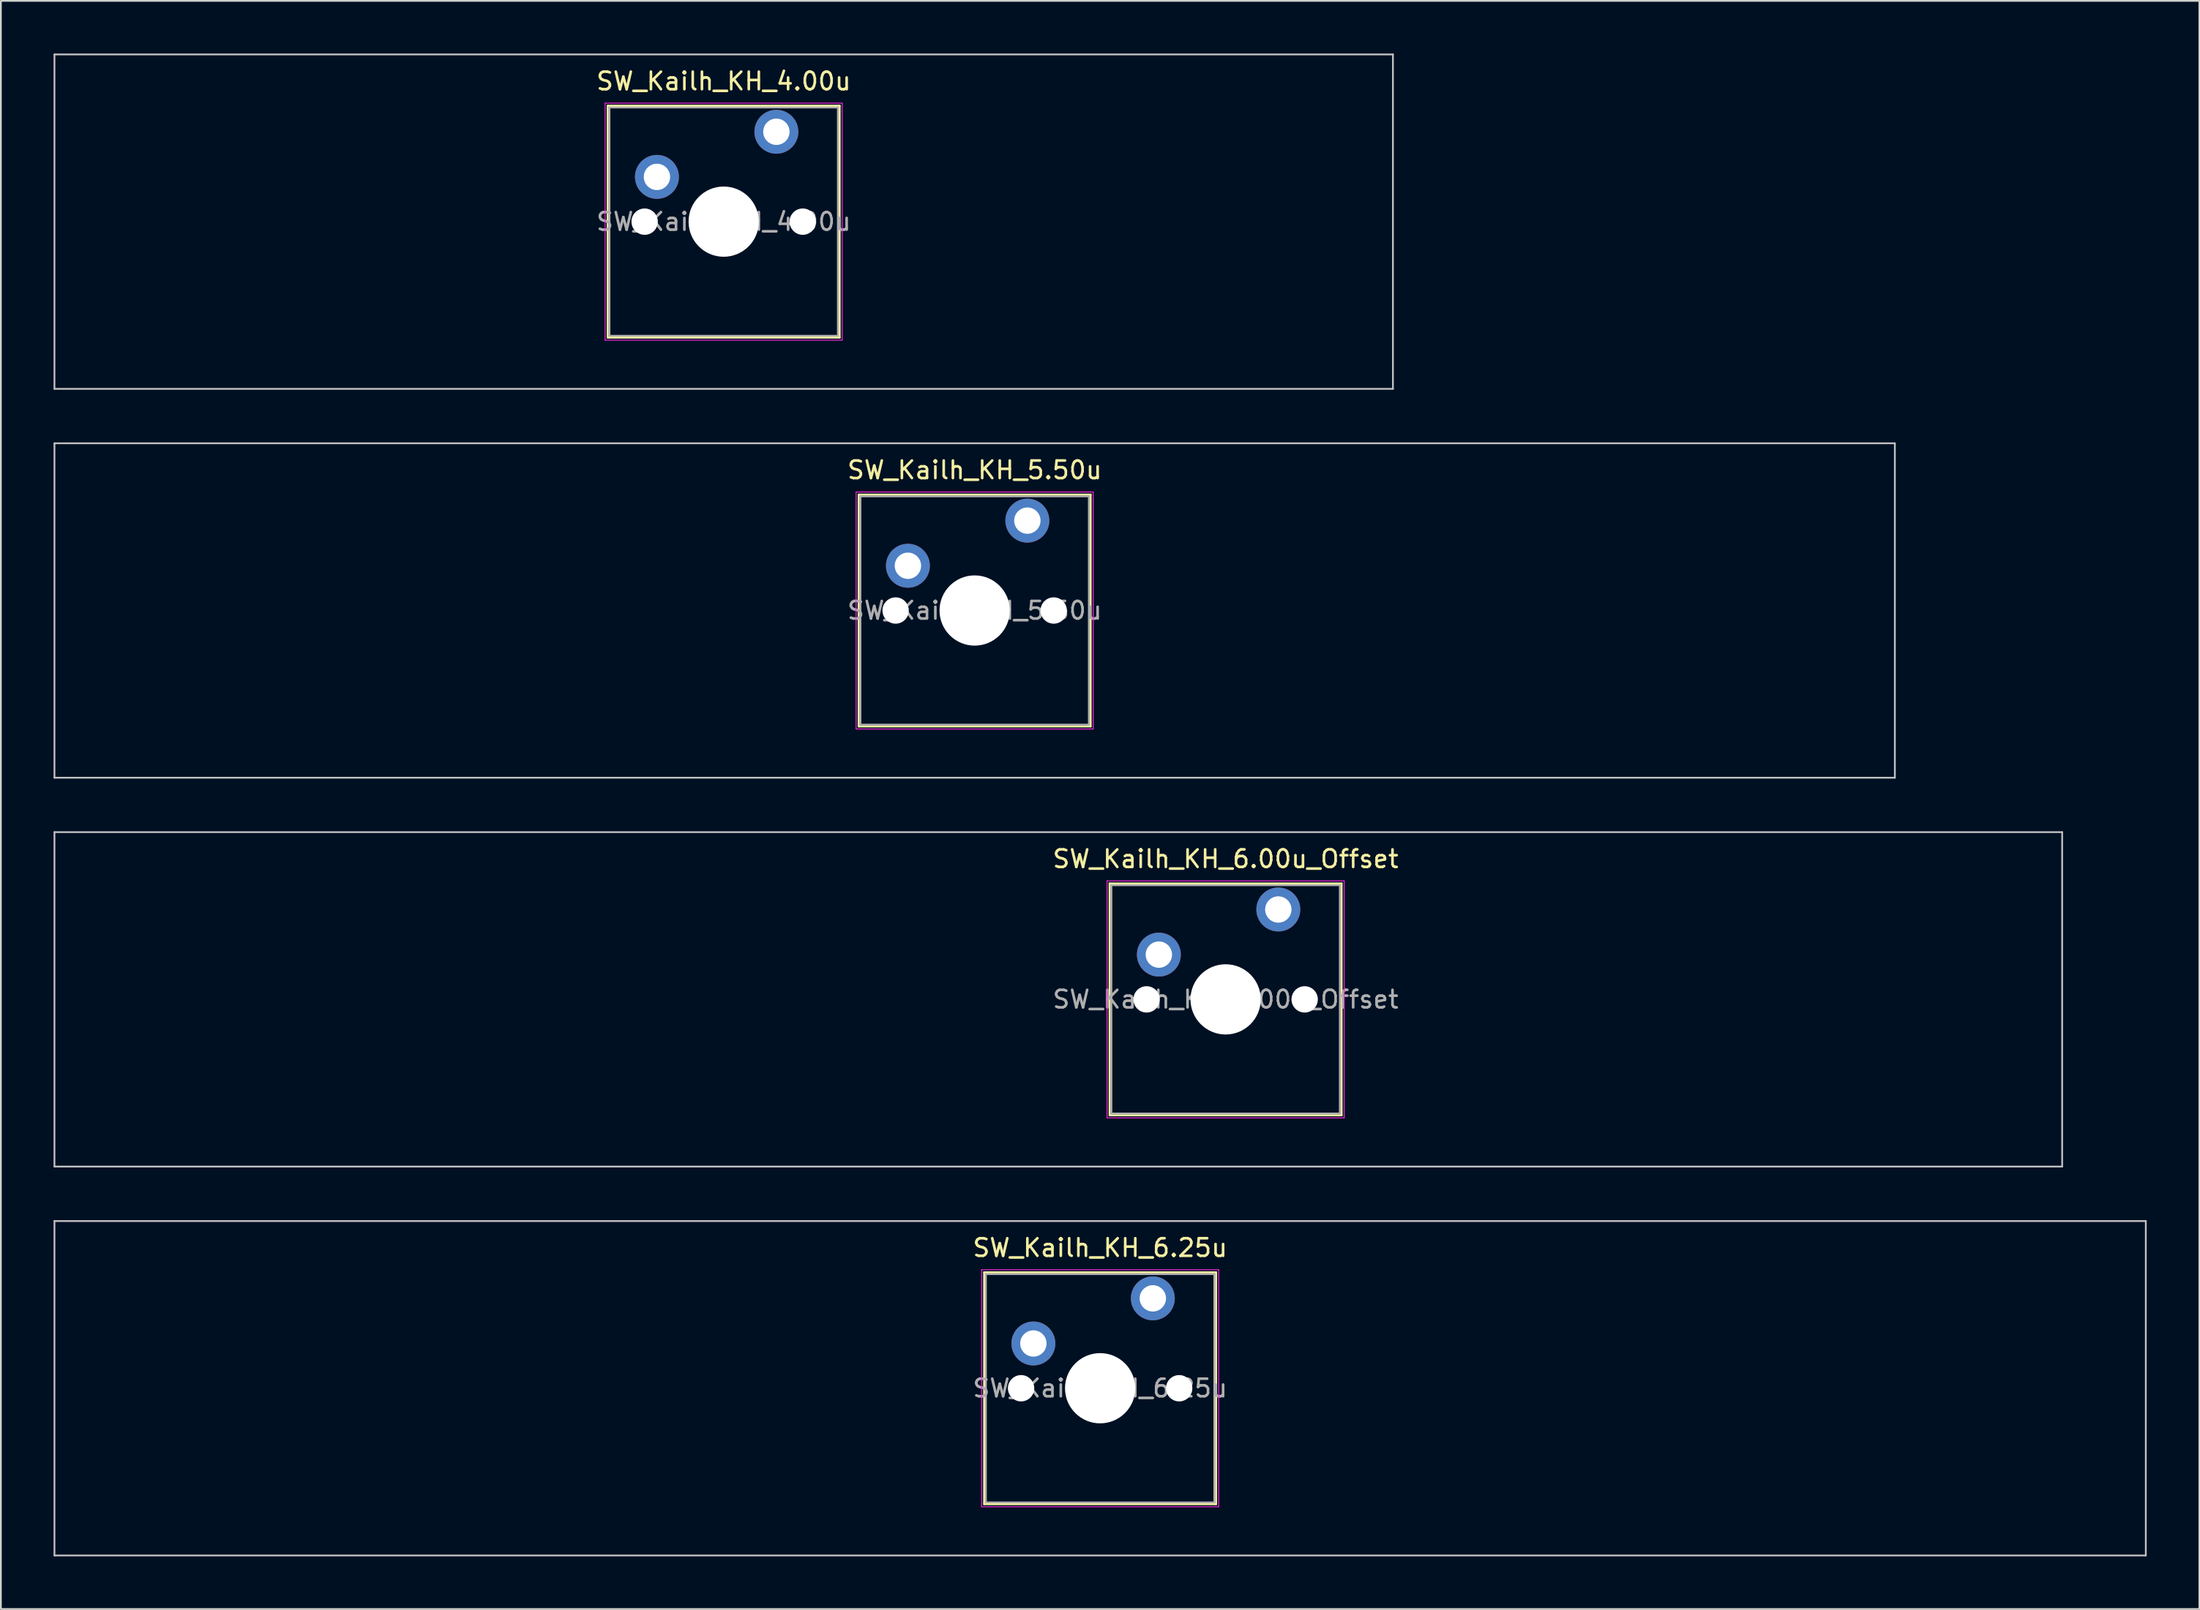
<source format=kicad_pcb>
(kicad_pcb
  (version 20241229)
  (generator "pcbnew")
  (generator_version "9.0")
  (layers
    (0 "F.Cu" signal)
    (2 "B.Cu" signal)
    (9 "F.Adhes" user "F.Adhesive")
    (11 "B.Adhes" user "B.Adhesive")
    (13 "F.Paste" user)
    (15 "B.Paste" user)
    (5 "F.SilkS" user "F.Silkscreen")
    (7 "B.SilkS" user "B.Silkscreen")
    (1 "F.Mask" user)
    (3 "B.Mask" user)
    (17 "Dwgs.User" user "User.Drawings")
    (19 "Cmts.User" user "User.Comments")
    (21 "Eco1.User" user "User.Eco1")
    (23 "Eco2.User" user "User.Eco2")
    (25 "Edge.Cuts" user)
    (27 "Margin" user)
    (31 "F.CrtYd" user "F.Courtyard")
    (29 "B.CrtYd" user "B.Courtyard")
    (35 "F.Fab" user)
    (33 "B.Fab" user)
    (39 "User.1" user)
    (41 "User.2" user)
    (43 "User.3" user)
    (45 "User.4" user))
  (footprint "SW_Kailh_KH_5.50u"
    (layer "F.Cu")
    (at 52.438 31.725)
    (property "Reference" "SW_Kailh_KH_5.50u" (at 0 -8 0) (layer "F.SilkS") (effects (font (size 1 1) (thickness 0.15))))
    (attr through_hole)
    (fp_line (start -6.6 -6.6) (end -6.6 6.6) (stroke (width 0.12) (type solid)) (layer "F.SilkS"))
    (fp_line (start -6.6 6.6) (end 6.6 6.6) (stroke (width 0.12) (type solid)) (layer "F.SilkS"))
    (fp_line (start 6.6 -6.6) (end -6.6 -6.6) (stroke (width 0.12) (type solid)) (layer "F.SilkS"))
    (fp_line (start 6.6 6.6) (end 6.6 -6.6) (stroke (width 0.12) (type solid)) (layer "F.SilkS"))
    (fp_line (start -52.388 -9.525) (end -52.388 9.525) (stroke (width 0.1) (type solid)) (layer "Dwgs.User"))
    (fp_line (start -52.388 9.525) (end 52.388 9.525) (stroke (width 0.1) (type solid)) (layer "Dwgs.User"))
    (fp_line (start 52.388 -9.525) (end -52.388 -9.525) (stroke (width 0.1) (type solid)) (layer "Dwgs.User"))
    (fp_line (start 52.388 9.525) (end 52.388 -9.525) (stroke (width 0.1) (type solid)) (layer "Dwgs.User"))
    (fp_line (start -6.1 -6.1) (end -6.1 6.1) (stroke (width 0.1) (type solid)) (layer "Eco1.User"))
    (fp_line (start -6.1 6.1) (end 6.1 6.1) (stroke (width 0.1) (type solid)) (layer "Eco1.User"))
    (fp_line (start 6.1 -6.1) (end -6.1 -6.1) (stroke (width 0.1) (type solid)) (layer "Eco1.User"))
    (fp_line (start 6.1 6.1) (end 6.1 -6.1) (stroke (width 0.1) (type solid)) (layer "Eco1.User"))
    (fp_line (start -6.75 -6.75) (end -6.75 6.75) (stroke (width 0.05) (type solid)) (layer "F.CrtYd"))
    (fp_line (start -6.75 6.75) (end 6.75 6.75) (stroke (width 0.05) (type solid)) (layer "F.CrtYd"))
    (fp_line (start 6.75 -6.75) (end -6.75 -6.75) (stroke (width 0.05) (type solid)) (layer "F.CrtYd"))
    (fp_line (start 6.75 6.75) (end 6.75 -6.75) (stroke (width 0.05) (type solid)) (layer "F.CrtYd"))
    (fp_line (start -6.5 -6.5) (end -6.5 6.5) (stroke (width 0.1) (type solid)) (layer "F.Fab"))
    (fp_line (start -6.5 6.5) (end 6.5 6.5) (stroke (width 0.1) (type solid)) (layer "F.Fab"))
    (fp_line (start 6.5 -6.5) (end -6.5 -6.5) (stroke (width 0.1) (type solid)) (layer "F.Fab"))
    (fp_line (start 6.5 6.5) (end 6.5 -6.5) (stroke (width 0.1) (type solid)) (layer "F.Fab"))
    (fp_text user "${REFERENCE}" (at 0 0 0) (layer "F.Fab") (effects (font (size 1 1) (thickness 0.15))))
    (pad "" np_thru_hole circle (at -4.5 0) (size 1.5 1.5) (drill 1.5) (layers "*.Cu" "*.Mask"))
    (pad "" np_thru_hole circle (at 0 0) (size 4 4) (drill 4) (layers "*.Cu" "*.Mask"))
    (pad "" np_thru_hole circle (at 4.5 0) (size 1.5 1.5) (drill 1.5) (layers "*.Cu" "*.Mask"))
    (pad "1" thru_hole circle (at -3.8 -2.55) (size 2.5 2.5) (drill 1.5) (layers "*.Cu" "*.Mask"))
    (pad "2" thru_hole circle (at 3 -5.12) (size 2.5 2.5) (drill 1.5) (layers "*.Cu" "*.Mask")))
  (footprint "SW_Kailh_KH_6.25u"
    (layer "F.Cu")
    (at 59.581 76.025)
    (property "Reference" "SW_Kailh_KH_6.25u" (at 0 -8 0) (layer "F.SilkS") (effects (font (size 1 1) (thickness 0.15))))
    (attr through_hole)
    (fp_line (start -6.6 -6.6) (end -6.6 6.6) (stroke (width 0.12) (type solid)) (layer "F.SilkS"))
    (fp_line (start -6.6 6.6) (end 6.6 6.6) (stroke (width 0.12) (type solid)) (layer "F.SilkS"))
    (fp_line (start 6.6 -6.6) (end -6.6 -6.6) (stroke (width 0.12) (type solid)) (layer "F.SilkS"))
    (fp_line (start 6.6 6.6) (end 6.6 -6.6) (stroke (width 0.12) (type solid)) (layer "F.SilkS"))
    (fp_line (start -59.531 -9.525) (end -59.531 9.525) (stroke (width 0.1) (type solid)) (layer "Dwgs.User"))
    (fp_line (start -59.531 9.525) (end 59.531 9.525) (stroke (width 0.1) (type solid)) (layer "Dwgs.User"))
    (fp_line (start 59.531 -9.525) (end -59.531 -9.525) (stroke (width 0.1) (type solid)) (layer "Dwgs.User"))
    (fp_line (start 59.531 9.525) (end 59.531 -9.525) (stroke (width 0.1) (type solid)) (layer "Dwgs.User"))
    (fp_line (start -6.1 -6.1) (end -6.1 6.1) (stroke (width 0.1) (type solid)) (layer "Eco1.User"))
    (fp_line (start -6.1 6.1) (end 6.1 6.1) (stroke (width 0.1) (type solid)) (layer "Eco1.User"))
    (fp_line (start 6.1 -6.1) (end -6.1 -6.1) (stroke (width 0.1) (type solid)) (layer "Eco1.User"))
    (fp_line (start 6.1 6.1) (end 6.1 -6.1) (stroke (width 0.1) (type solid)) (layer "Eco1.User"))
    (fp_line (start -6.75 -6.75) (end -6.75 6.75) (stroke (width 0.05) (type solid)) (layer "F.CrtYd"))
    (fp_line (start -6.75 6.75) (end 6.75 6.75) (stroke (width 0.05) (type solid)) (layer "F.CrtYd"))
    (fp_line (start 6.75 -6.75) (end -6.75 -6.75) (stroke (width 0.05) (type solid)) (layer "F.CrtYd"))
    (fp_line (start 6.75 6.75) (end 6.75 -6.75) (stroke (width 0.05) (type solid)) (layer "F.CrtYd"))
    (fp_line (start -6.5 -6.5) (end -6.5 6.5) (stroke (width 0.1) (type solid)) (layer "F.Fab"))
    (fp_line (start -6.5 6.5) (end 6.5 6.5) (stroke (width 0.1) (type solid)) (layer "F.Fab"))
    (fp_line (start 6.5 -6.5) (end -6.5 -6.5) (stroke (width 0.1) (type solid)) (layer "F.Fab"))
    (fp_line (start 6.5 6.5) (end 6.5 -6.5) (stroke (width 0.1) (type solid)) (layer "F.Fab"))
    (fp_text user "${REFERENCE}" (at 0 0 0) (layer "F.Fab") (effects (font (size 1 1) (thickness 0.15))))
    (pad "" np_thru_hole circle (at -4.5 0) (size 1.5 1.5) (drill 1.5) (layers "*.Cu" "*.Mask"))
    (pad "" np_thru_hole circle (at 0 0) (size 4 4) (drill 4) (layers "*.Cu" "*.Mask"))
    (pad "" np_thru_hole circle (at 4.5 0) (size 1.5 1.5) (drill 1.5) (layers "*.Cu" "*.Mask"))
    (pad "1" thru_hole circle (at -3.8 -2.55) (size 2.5 2.5) (drill 1.5) (layers "*.Cu" "*.Mask"))
    (pad "2" thru_hole circle (at 3 -5.12) (size 2.5 2.5) (drill 1.5) (layers "*.Cu" "*.Mask")))
  (footprint "SW_Kailh_KH_4.00u"
    (layer "F.Cu")
    (at 38.15 9.575)
    (property "Reference" "SW_Kailh_KH_4.00u" (at 0 -8 0) (layer "F.SilkS") (effects (font (size 1 1) (thickness 0.15))))
    (attr through_hole)
    (fp_line (start -6.6 -6.6) (end -6.6 6.6) (stroke (width 0.12) (type solid)) (layer "F.SilkS"))
    (fp_line (start -6.6 6.6) (end 6.6 6.6) (stroke (width 0.12) (type solid)) (layer "F.SilkS"))
    (fp_line (start 6.6 -6.6) (end -6.6 -6.6) (stroke (width 0.12) (type solid)) (layer "F.SilkS"))
    (fp_line (start 6.6 6.6) (end 6.6 -6.6) (stroke (width 0.12) (type solid)) (layer "F.SilkS"))
    (fp_line (start -38.1 -9.525) (end -38.1 9.525) (stroke (width 0.1) (type solid)) (layer "Dwgs.User"))
    (fp_line (start -38.1 9.525) (end 38.1 9.525) (stroke (width 0.1) (type solid)) (layer "Dwgs.User"))
    (fp_line (start 38.1 -9.525) (end -38.1 -9.525) (stroke (width 0.1) (type solid)) (layer "Dwgs.User"))
    (fp_line (start 38.1 9.525) (end 38.1 -9.525) (stroke (width 0.1) (type solid)) (layer "Dwgs.User"))
    (fp_line (start -6.1 -6.1) (end -6.1 6.1) (stroke (width 0.1) (type solid)) (layer "Eco1.User"))
    (fp_line (start -6.1 6.1) (end 6.1 6.1) (stroke (width 0.1) (type solid)) (layer "Eco1.User"))
    (fp_line (start 6.1 -6.1) (end -6.1 -6.1) (stroke (width 0.1) (type solid)) (layer "Eco1.User"))
    (fp_line (start 6.1 6.1) (end 6.1 -6.1) (stroke (width 0.1) (type solid)) (layer "Eco1.User"))
    (fp_line (start -6.75 -6.75) (end -6.75 6.75) (stroke (width 0.05) (type solid)) (layer "F.CrtYd"))
    (fp_line (start -6.75 6.75) (end 6.75 6.75) (stroke (width 0.05) (type solid)) (layer "F.CrtYd"))
    (fp_line (start 6.75 -6.75) (end -6.75 -6.75) (stroke (width 0.05) (type solid)) (layer "F.CrtYd"))
    (fp_line (start 6.75 6.75) (end 6.75 -6.75) (stroke (width 0.05) (type solid)) (layer "F.CrtYd"))
    (fp_line (start -6.5 -6.5) (end -6.5 6.5) (stroke (width 0.1) (type solid)) (layer "F.Fab"))
    (fp_line (start -6.5 6.5) (end 6.5 6.5) (stroke (width 0.1) (type solid)) (layer "F.Fab"))
    (fp_line (start 6.5 -6.5) (end -6.5 -6.5) (stroke (width 0.1) (type solid)) (layer "F.Fab"))
    (fp_line (start 6.5 6.5) (end 6.5 -6.5) (stroke (width 0.1) (type solid)) (layer "F.Fab"))
    (fp_text user "${REFERENCE}" (at 0 0 0) (layer "F.Fab") (effects (font (size 1 1) (thickness 0.15))))
    (pad "" np_thru_hole circle (at -4.5 0) (size 1.5 1.5) (drill 1.5) (layers "*.Cu" "*.Mask"))
    (pad "" np_thru_hole circle (at 0 0) (size 4 4) (drill 4) (layers "*.Cu" "*.Mask"))
    (pad "" np_thru_hole circle (at 4.5 0) (size 1.5 1.5) (drill 1.5) (layers "*.Cu" "*.Mask"))
    (pad "1" thru_hole circle (at -3.8 -2.55) (size 2.5 2.5) (drill 1.5) (layers "*.Cu" "*.Mask"))
    (pad "2" thru_hole circle (at 3 -5.12) (size 2.5 2.5) (drill 1.5) (layers "*.Cu" "*.Mask")))
  (footprint "SW_Kailh_KH_6.00u_Offset"
    (layer "F.Cu")
    (at 66.725 53.875)
    (property "Reference" "SW_Kailh_KH_6.00u_Offset" (at 0 -8 0) (layer "F.SilkS") (effects (font (size 1 1) (thickness 0.15))))
    (attr through_hole)
    (fp_line (start -6.6 -6.6) (end -6.6 6.6) (stroke (width 0.12) (type solid)) (layer "F.SilkS"))
    (fp_line (start -6.6 6.6) (end 6.6 6.6) (stroke (width 0.12) (type solid)) (layer "F.SilkS"))
    (fp_line (start 6.6 -6.6) (end -6.6 -6.6) (stroke (width 0.12) (type solid)) (layer "F.SilkS"))
    (fp_line (start 6.6 6.6) (end 6.6 -6.6) (stroke (width 0.12) (type solid)) (layer "F.SilkS"))
    (fp_line (start -66.675 -9.525) (end -66.675 9.525) (stroke (width 0.1) (type solid)) (layer "Dwgs.User"))
    (fp_line (start -66.675 9.525) (end 47.625 9.525) (stroke (width 0.1) (type solid)) (layer "Dwgs.User"))
    (fp_line (start 47.625 -9.525) (end -66.675 -9.525) (stroke (width 0.1) (type solid)) (layer "Dwgs.User"))
    (fp_line (start 47.625 9.525) (end 47.625 -9.525) (stroke (width 0.1) (type solid)) (layer "Dwgs.User"))
    (fp_line (start -6.1 -6.1) (end -6.1 6.1) (stroke (width 0.1) (type solid)) (layer "Eco1.User"))
    (fp_line (start -6.1 6.1) (end 6.1 6.1) (stroke (width 0.1) (type solid)) (layer "Eco1.User"))
    (fp_line (start 6.1 -6.1) (end -6.1 -6.1) (stroke (width 0.1) (type solid)) (layer "Eco1.User"))
    (fp_line (start 6.1 6.1) (end 6.1 -6.1) (stroke (width 0.1) (type solid)) (layer "Eco1.User"))
    (fp_line (start -6.75 -6.75) (end -6.75 6.75) (stroke (width 0.05) (type solid)) (layer "F.CrtYd"))
    (fp_line (start -6.75 6.75) (end 6.75 6.75) (stroke (width 0.05) (type solid)) (layer "F.CrtYd"))
    (fp_line (start 6.75 -6.75) (end -6.75 -6.75) (stroke (width 0.05) (type solid)) (layer "F.CrtYd"))
    (fp_line (start 6.75 6.75) (end 6.75 -6.75) (stroke (width 0.05) (type solid)) (layer "F.CrtYd"))
    (fp_line (start -6.5 -6.5) (end -6.5 6.5) (stroke (width 0.1) (type solid)) (layer "F.Fab"))
    (fp_line (start -6.5 6.5) (end 6.5 6.5) (stroke (width 0.1) (type solid)) (layer "F.Fab"))
    (fp_line (start 6.5 -6.5) (end -6.5 -6.5) (stroke (width 0.1) (type solid)) (layer "F.Fab"))
    (fp_line (start 6.5 6.5) (end 6.5 -6.5) (stroke (width 0.1) (type solid)) (layer "F.Fab"))
    (fp_text user "${REFERENCE}" (at 0 0 0) (layer "F.Fab") (effects (font (size 1 1) (thickness 0.15))))
    (pad "" np_thru_hole circle (at -4.5 0) (size 1.5 1.5) (drill 1.5) (layers "*.Cu" "*.Mask"))
    (pad "" np_thru_hole circle (at 0 0) (size 4 4) (drill 4) (layers "*.Cu" "*.Mask"))
    (pad "" np_thru_hole circle (at 4.5 0) (size 1.5 1.5) (drill 1.5) (layers "*.Cu" "*.Mask"))
    (pad "1" thru_hole circle (at -3.8 -2.55) (size 2.5 2.5) (drill 1.5) (layers "*.Cu" "*.Mask"))
    (pad "2" thru_hole circle (at 3 -5.12) (size 2.5 2.5) (drill 1.5) (layers "*.Cu" "*.Mask")))
  (gr_rect
    (start -3 -3)
    (end 122.162 88.6)
    (stroke (width 0.1) (type default))
    (fill no)
    (layer "Edge.Cuts")))
</source>
